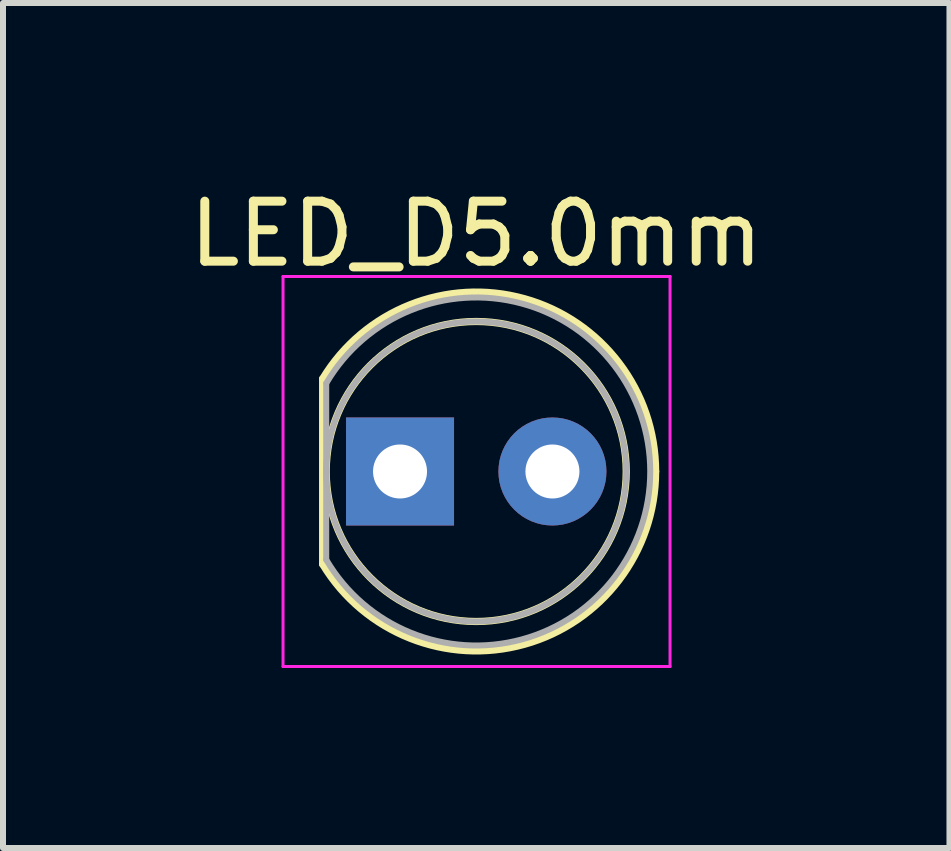
<source format=kicad_pcb>
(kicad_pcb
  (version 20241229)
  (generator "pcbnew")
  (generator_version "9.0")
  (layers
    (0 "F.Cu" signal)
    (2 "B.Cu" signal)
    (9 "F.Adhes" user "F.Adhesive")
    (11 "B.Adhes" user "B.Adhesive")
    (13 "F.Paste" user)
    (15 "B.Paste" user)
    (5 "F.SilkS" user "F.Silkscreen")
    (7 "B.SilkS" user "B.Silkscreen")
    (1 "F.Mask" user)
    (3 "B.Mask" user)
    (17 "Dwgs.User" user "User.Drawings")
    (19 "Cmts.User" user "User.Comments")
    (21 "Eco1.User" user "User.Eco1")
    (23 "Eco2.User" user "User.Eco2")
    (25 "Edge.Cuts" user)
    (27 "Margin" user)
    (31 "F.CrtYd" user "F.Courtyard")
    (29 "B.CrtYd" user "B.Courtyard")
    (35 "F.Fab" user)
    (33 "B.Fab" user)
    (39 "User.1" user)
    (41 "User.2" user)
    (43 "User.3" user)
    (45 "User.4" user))
  (footprint "LED_D5.0mm"
    (layer "F.Cu")
    (at 3.617 4.808)
    (property "Reference" "LED_D5.0mm" (at 1.27 -3.96 0) (layer "F.SilkS") (effects (font (size 1 1) (thickness 0.15))))
    (attr through_hole)
    (fp_line (start -1.29 -1.545) (end -1.29 1.545) (stroke (width 0.12) (type solid)) (layer "F.SilkS"))
    (fp_arc (start -1.29 -1.54483) (mid 2.072002 -2.880433) (end 4.26 0.000462) (stroke (width 0.12) (type solid)) (layer "F.SilkS"))
    (fp_arc (start 4.26 -0.000462) (mid 2.072002 2.880433) (end -1.29 1.54483) (stroke (width 0.12) (type solid)) (layer "F.SilkS"))
    (fp_circle (center 1.27 0) (end 3.77 0) (stroke (width 0.12) (type solid)) (fill no) (layer "F.SilkS"))
    (fp_line (start -1.95 -3.25) (end -1.95 3.25) (stroke (width 0.05) (type solid)) (layer "F.CrtYd"))
    (fp_line (start -1.95 3.25) (end 4.5 3.25) (stroke (width 0.05) (type solid)) (layer "F.CrtYd"))
    (fp_line (start 4.5 -3.25) (end -1.95 -3.25) (stroke (width 0.05) (type solid)) (layer "F.CrtYd"))
    (fp_line (start 4.5 3.25) (end 4.5 -3.25) (stroke (width 0.05) (type solid)) (layer "F.CrtYd"))
    (fp_line (start -1.23 -1.47) (end -1.23 1.47) (stroke (width 0.1) (type solid)) (layer "F.Fab"))
    (fp_arc (start -1.23 -1.469694) (mid 4.17 0.000016) (end -1.230016 1.469666) (stroke (width 0.1) (type solid)) (layer "F.Fab"))
    (fp_circle (center 1.27 0) (end 3.77 0) (stroke (width 0.1) (type solid)) (fill no) (layer "F.Fab"))
    (pad "1" thru_hole rect (at 0 0) (size 1.8 1.8) (drill 0.9) (layers "B.Cu" "B.Mask"))
    (pad "2" thru_hole circle (at 2.54 0) (size 1.8 1.8) (drill 0.9) (layers "B.Cu" "B.Mask")))
  (gr_rect
    (start -3 -3)
    (end 12.774 11.083)
    (stroke (width 0.1) (type default))
    (fill no)
    (layer "Edge.Cuts")))
</source>
